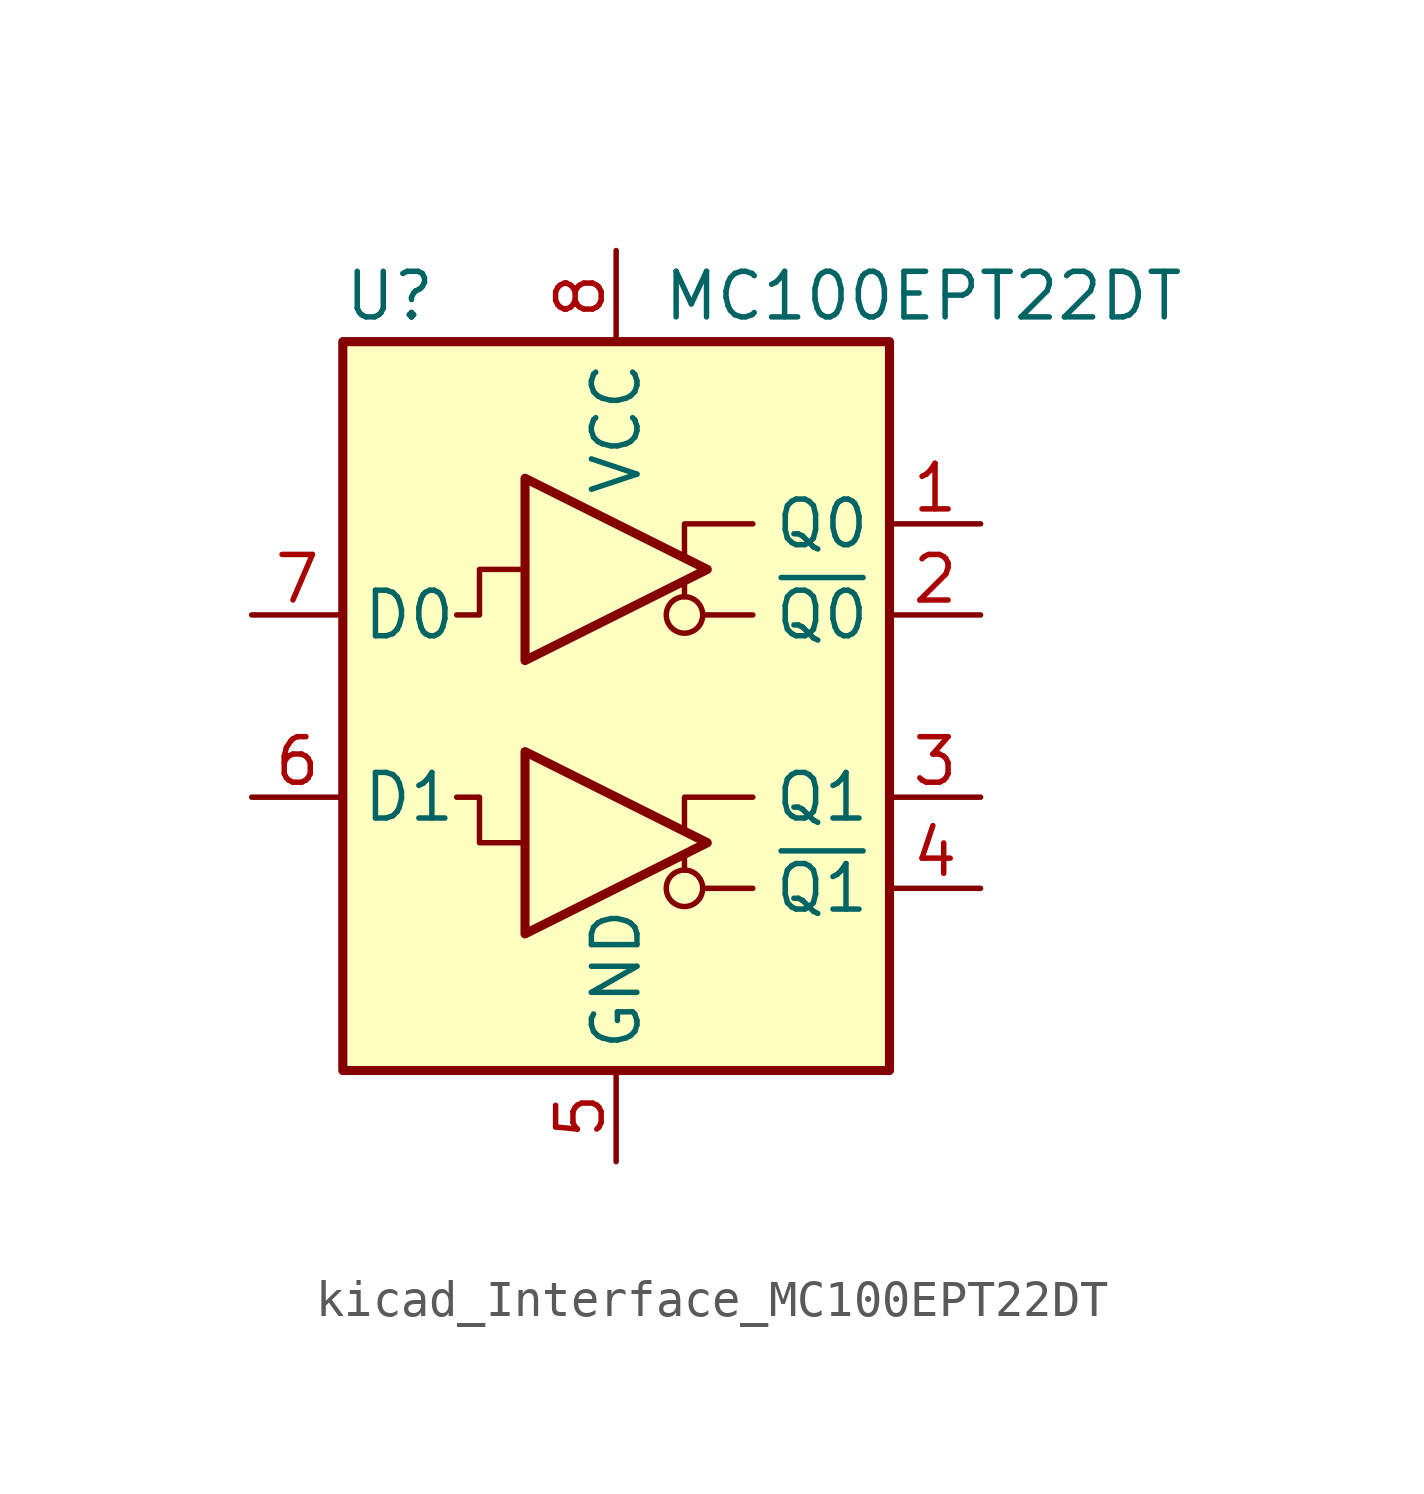
<source format=kicad_sym>
(kicad_symbol_lib
  (version 20220914)
  (generator kicad_symbol_editor)
  (symbol "kicad_Interface_MC100EPT22DT"
    (property "Reference" "U"
      (at -7.62 11.43 0)
      (effects (font (size 1.27 1.27)) (justify left)))
    (property "Value" "MC100EPT22DT"
      (at 1.27 11.43 0)
      (effects (font (size 1.27 1.27)) (justify left)))
    (symbol "kicad_Interface_MC100EPT22DT_0_1"
      (polyline (pts (xy 1.905 -4.572) (xy 1.905 -4.191)) (stroke (width 0) (type default)) (fill (type none)))
      (polyline (pts (xy 1.905 3.048) (xy 1.905 3.429)) (stroke (width 0) (type default)) (fill (type none))))
    (symbol "kicad_Interface_MC100EPT22DT_1_0"
      (rectangle (start -7.62 10.16) (end 7.62 -10.16) (stroke (width 0.254) (type default)) (fill (type background)))
      (polyline (pts (xy 3.81 -5.08) (xy 2.413 -5.08)) (stroke (width 0) (type default)) (fill (type none)))
      (polyline (pts (xy 3.81 2.54) (xy 2.413 2.54)) (stroke (width 0) (type default)) (fill (type none)))
      (polyline (pts (xy 1.905 -3.429) (xy 1.905 -2.54) (xy 3.81 -2.54)) (stroke (width 0) (type default)) (fill (type none)))
      (polyline (pts (xy 1.905 4.191) (xy 1.905 5.08) (xy 3.81 5.08)) (stroke (width 0) (type default)) (fill (type none)))
      (polyline (pts (xy -2.54 -3.81) (xy -3.81 -3.81) (xy -3.81 -2.54) (xy -4.445 -2.54)) (stroke (width 0) (type default)) (fill (type none)))
      (polyline (pts (xy -2.54 3.81) (xy -3.81 3.81) (xy -3.81 2.54) (xy -4.445 2.54)) (stroke (width 0) (type default)) (fill (type none)))
      (circle (center 1.905 -5.08) (radius 0.508) (stroke (width 0) (type default)) (fill (type none)))
      (circle (center 1.905 2.54) (radius 0.508) (stroke (width 0) (type default)) (fill (type none))))
    (symbol "kicad_Interface_MC100EPT22DT_1_1"
      (polyline (pts (xy -2.54 -1.27) (xy -2.54 -6.35) (xy 2.54 -3.81) (xy -2.54 -1.27)) (stroke (width 0.254) (type default)) (fill (type none)))
      (polyline (pts (xy -2.54 6.35) (xy -2.54 1.27) (xy 2.54 3.81) (xy -2.54 6.35)) (stroke (width 0.254) (type default)) (fill (type none)))
      (pin output line (at 10.16 5.08 180) (length 2.54) (name "Q0" (effects (font (size 1.27 1.27)))) (number "1" (effects (font (size 1.27 1.27)))))
      (pin output line (at 10.16 2.54 180) (length 2.54) (name "~{Q0}" (effects (font (size 1.27 1.27)))) (number "2" (effects (font (size 1.27 1.27)))))
      (pin output line (at 10.16 -2.54 180) (length 2.54) (name "Q1" (effects (font (size 1.27 1.27)))) (number "3" (effects (font (size 1.27 1.27)))))
      (pin output line (at 10.16 -5.08 180) (length 2.54) (name "~{Q1}" (effects (font (size 1.27 1.27)))) (number "4" (effects (font (size 1.27 1.27)))))
      (pin power_in line (at 0 -12.7 90) (length 2.54) (name "GND" (effects (font (size 1.27 1.27)))) (number "5" (effects (font (size 1.27 1.27)))))
      (pin input line (at -10.16 -2.54 0) (length 2.54) (name "D1" (effects (font (size 1.27 1.27)))) (number "6" (effects (font (size 1.27 1.27)))))
      (pin input line (at -10.16 2.54 0) (length 2.54) (name "D0" (effects (font (size 1.27 1.27)))) (number "7" (effects (font (size 1.27 1.27)))))
      (pin power_in line (at 0 12.7 270) (length 2.54) (name "VCC" (effects (font (size 1.27 1.27)))) (number "8" (effects (font (size 1.27 1.27))))))))
</source>
